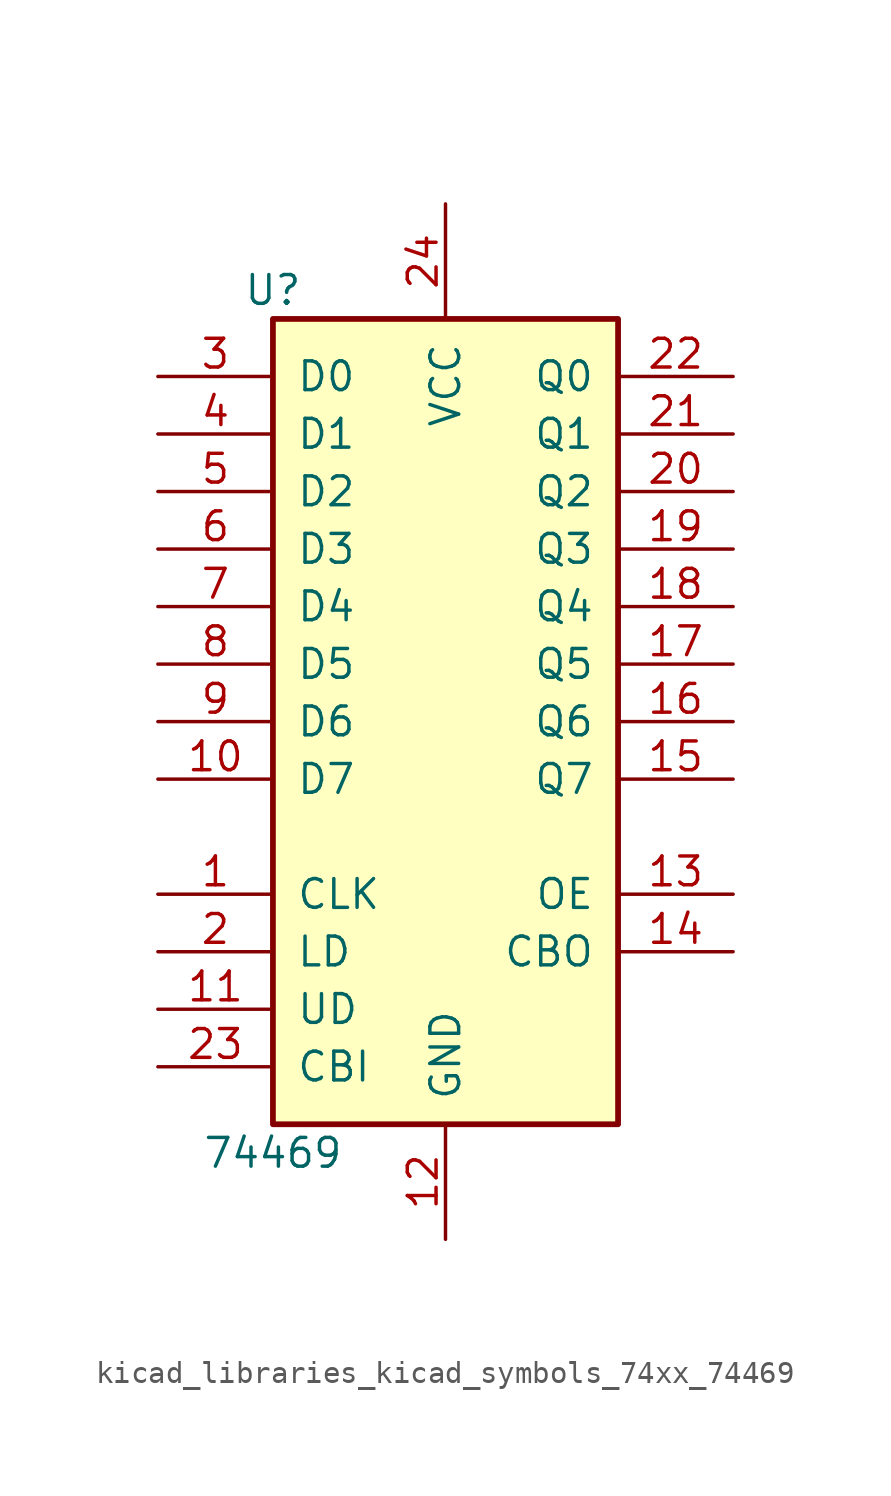
<source format=kicad_sym>
(kicad_symbol_lib
  (version 20220914)
  (generator kicad_symbol_editor)
  (symbol "kicad_libraries_kicad_symbols_74xx_74469"
    (pin_names
      (offset 1.016))
    (property "Reference" "U"
      (at -7.62 19.05 0)
      (effects (font (size 1.27 1.27))))
    (property "Value" "74469"
      (at -7.62 -19.05 0)
      (effects (font (size 1.27 1.27))))
    (property "ki_locked" ""
      (at 0 0 0)
      (effects (font (size 1.27 1.27))))
    (symbol "kicad_libraries_kicad_symbols_74xx_74469_1_0"
      (pin input line (at -12.7 -7.62 0) (length 5.08) (name "CLK" (effects (font (size 1.27 1.27)))) (number "1" (effects (font (size 1.27 1.27)))))
      (pin input line (at -12.7 -2.54 0) (length 5.08) (name "D7" (effects (font (size 1.27 1.27)))) (number "10" (effects (font (size 1.27 1.27)))))
      (pin input line (at -12.7 -12.7 0) (length 5.08) (name "UD" (effects (font (size 1.27 1.27)))) (number "11" (effects (font (size 1.27 1.27)))))
      (pin power_in line (at 0 -22.86 90) (length 5.08) (name "GND" (effects (font (size 1.27 1.27)))) (number "12" (effects (font (size 1.27 1.27)))))
      (pin input line (at 12.7 -7.62 180) (length 5.08) (name "OE" (effects (font (size 1.27 1.27)))) (number "13" (effects (font (size 1.27 1.27)))))
      (pin output line (at 12.7 -10.16 180) (length 5.08) (name "CBO" (effects (font (size 1.27 1.27)))) (number "14" (effects (font (size 1.27 1.27)))))
      (pin tri_state line (at 12.7 -2.54 180) (length 5.08) (name "Q7" (effects (font (size 1.27 1.27)))) (number "15" (effects (font (size 1.27 1.27)))))
      (pin tri_state line (at 12.7 0 180) (length 5.08) (name "Q6" (effects (font (size 1.27 1.27)))) (number "16" (effects (font (size 1.27 1.27)))))
      (pin tri_state line (at 12.7 2.54 180) (length 5.08) (name "Q5" (effects (font (size 1.27 1.27)))) (number "17" (effects (font (size 1.27 1.27)))))
      (pin tri_state line (at 12.7 5.08 180) (length 5.08) (name "Q4" (effects (font (size 1.27 1.27)))) (number "18" (effects (font (size 1.27 1.27)))))
      (pin tri_state line (at 12.7 7.62 180) (length 5.08) (name "Q3" (effects (font (size 1.27 1.27)))) (number "19" (effects (font (size 1.27 1.27)))))
      (pin input line (at -12.7 -10.16 0) (length 5.08) (name "LD" (effects (font (size 1.27 1.27)))) (number "2" (effects (font (size 1.27 1.27)))))
      (pin tri_state line (at 12.7 10.16 180) (length 5.08) (name "Q2" (effects (font (size 1.27 1.27)))) (number "20" (effects (font (size 1.27 1.27)))))
      (pin tri_state line (at 12.7 12.7 180) (length 5.08) (name "Q1" (effects (font (size 1.27 1.27)))) (number "21" (effects (font (size 1.27 1.27)))))
      (pin tri_state line (at 12.7 15.24 180) (length 5.08) (name "Q0" (effects (font (size 1.27 1.27)))) (number "22" (effects (font (size 1.27 1.27)))))
      (pin input line (at -12.7 -15.24 0) (length 5.08) (name "CBI" (effects (font (size 1.27 1.27)))) (number "23" (effects (font (size 1.27 1.27)))))
      (pin power_in line (at 0 22.86 270) (length 5.08) (name "VCC" (effects (font (size 1.27 1.27)))) (number "24" (effects (font (size 1.27 1.27)))))
      (pin input line (at -12.7 15.24 0) (length 5.08) (name "D0" (effects (font (size 1.27 1.27)))) (number "3" (effects (font (size 1.27 1.27)))))
      (pin input line (at -12.7 12.7 0) (length 5.08) (name "D1" (effects (font (size 1.27 1.27)))) (number "4" (effects (font (size 1.27 1.27)))))
      (pin input line (at -12.7 10.16 0) (length 5.08) (name "D2" (effects (font (size 1.27 1.27)))) (number "5" (effects (font (size 1.27 1.27)))))
      (pin input line (at -12.7 7.62 0) (length 5.08) (name "D3" (effects (font (size 1.27 1.27)))) (number "6" (effects (font (size 1.27 1.27)))))
      (pin input line (at -12.7 5.08 0) (length 5.08) (name "D4" (effects (font (size 1.27 1.27)))) (number "7" (effects (font (size 1.27 1.27)))))
      (pin input line (at -12.7 2.54 0) (length 5.08) (name "D5" (effects (font (size 1.27 1.27)))) (number "8" (effects (font (size 1.27 1.27)))))
      (pin input line (at -12.7 0 0) (length 5.08) (name "D6" (effects (font (size 1.27 1.27)))) (number "9" (effects (font (size 1.27 1.27))))))
    (symbol "kicad_libraries_kicad_symbols_74xx_74469_1_1"
      (rectangle (start -7.62 17.78) (end 7.62 -17.78) (stroke (width 0.254) (type default)) (fill (type background))))))
</source>
